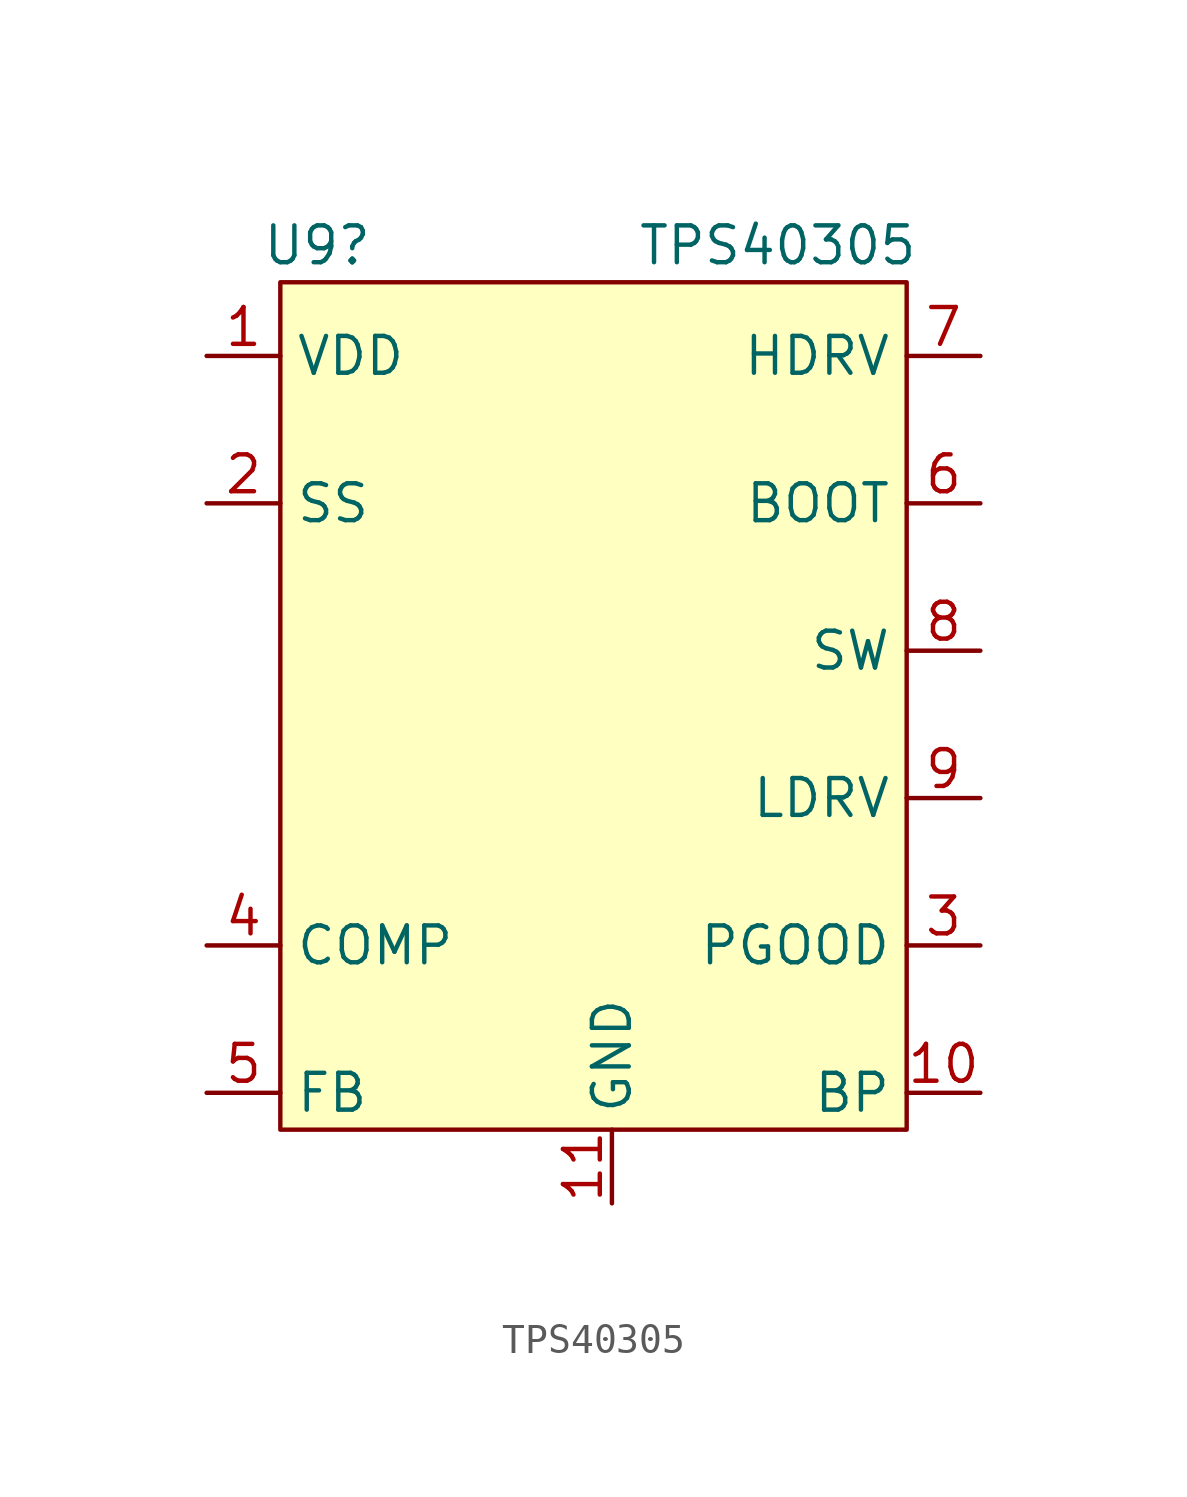
<source format=kicad_sym>
(kicad_symbol_lib
  (version 20220914)
  (generator kicad_symbol_editor)
  (symbol "TPS40305"
    (property "Reference" "U9"
      (at -10.16 16.51 0)
      (effects (font (size 1.27 1.27))))
    (property "Value" "TPS40305"
      (at 5.715 16.51 0)
      (effects (font (size 1.27 1.27))))
    (symbol "TPS40305_0_1"
      (rectangle (start -11.43 15.24) (end 10.16 -13.97) (stroke (width 0.152) (type default)) (fill (type background))))
    (symbol "TPS40305_1_1"
      (pin input line (at -13.97 12.7 0) (length 2.54) (name "VDD" (effects (font (size 1.27 1.27)))) (number "1" (effects (font (size 1.27 1.27)))))
      (pin input line (at 12.7 -12.7 180) (length 2.54) (name "BP" (effects (font (size 1.27 1.27)))) (number "10" (effects (font (size 1.27 1.27)))))
      (pin input line (at 0 -16.51 90) (length 2.54) (name "GND" (effects (font (size 1.27 1.27)))) (number "11" (effects (font (size 1.27 1.27)))))
      (pin input line (at -13.97 7.62 0) (length 2.54) (name "SS" (effects (font (size 1.27 1.27)))) (number "2" (effects (font (size 1.27 1.27)))))
      (pin input line (at 12.7 -7.62 180) (length 2.54) (name "PGOOD" (effects (font (size 1.27 1.27)))) (number "3" (effects (font (size 1.27 1.27)))))
      (pin input line (at -13.97 -7.62 0) (length 2.54) (name "COMP" (effects (font (size 1.27 1.27)))) (number "4" (effects (font (size 1.27 1.27)))))
      (pin input line (at -13.97 -12.7 0) (length 2.54) (name "FB" (effects (font (size 1.27 1.27)))) (number "5" (effects (font (size 1.27 1.27)))))
      (pin input line (at 12.7 7.62 180) (length 2.54) (name "BOOT" (effects (font (size 1.27 1.27)))) (number "6" (effects (font (size 1.27 1.27)))))
      (pin input line (at 12.7 12.7 180) (length 2.54) (name "HDRV" (effects (font (size 1.27 1.27)))) (number "7" (effects (font (size 1.27 1.27)))))
      (pin input line (at 12.7 2.54 180) (length 2.54) (name "SW" (effects (font (size 1.27 1.27)))) (number "8" (effects (font (size 1.27 1.27)))))
      (pin input line (at 12.7 -2.54 180) (length 2.54) (name "LDRV" (effects (font (size 1.27 1.27)))) (number "9" (effects (font (size 1.27 1.27))))))))
</source>
